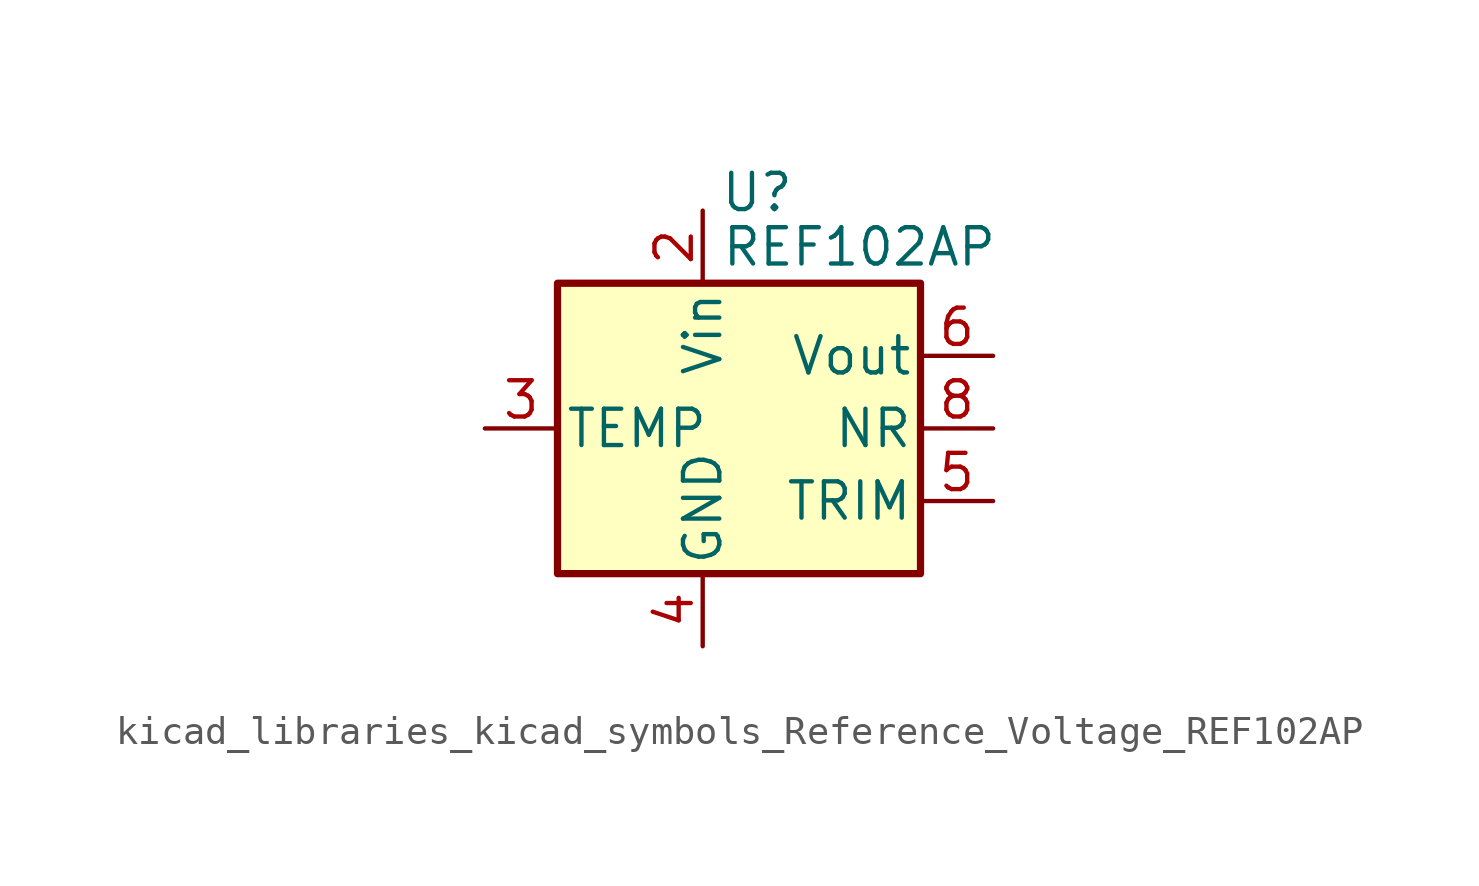
<source format=kicad_sym>
(kicad_symbol_lib
  (version 20220914)
  (generator kicad_symbol_editor)
  (symbol "kicad_libraries_kicad_symbols_Reference_Voltage_REF102AP"
    (pin_names
      (offset 0.254))
    (property "Reference" "U"
      (at -0.635 8.255 0)
      (effects (font (size 1.27 1.27))))
    (property "Value" "REF102AP"
      (at -1.905 6.35 0)
      (effects (font (size 1.27 1.27)) (justify left)))
    (symbol "kicad_libraries_kicad_symbols_Reference_Voltage_REF102AP_0_1"
      (rectangle (start -7.62 5.08) (end 5.08 -5.08) (stroke (width 0.254) (type default)) (fill (type background))))
    (symbol "kicad_libraries_kicad_symbols_Reference_Voltage_REF102AP_1_1"
      (pin no_connect line (at -5.08 -5.08 90) (length 2.54) hide (name "NC" (effects (font (size 1.27 1.27)))) (number "1" (effects (font (size 1.27 1.27)))))
      (pin power_in line (at -2.54 7.62 270) (length 2.54) (name "Vin" (effects (font (size 1.27 1.27)))) (number "2" (effects (font (size 1.27 1.27)))))
      (pin passive line (at -10.16 0 0) (length 2.54) (name "TEMP" (effects (font (size 1.27 1.27)))) (number "3" (effects (font (size 1.27 1.27)))))
      (pin power_in line (at -2.54 -7.62 90) (length 2.54) (name "GND" (effects (font (size 1.27 1.27)))) (number "4" (effects (font (size 1.27 1.27)))))
      (pin passive line (at 7.62 -2.54 180) (length 2.54) (name "TRIM" (effects (font (size 1.27 1.27)))) (number "5" (effects (font (size 1.27 1.27)))))
      (pin power_out line (at 7.62 2.54 180) (length 2.54) (name "Vout" (effects (font (size 1.27 1.27)))) (number "6" (effects (font (size 1.27 1.27)))))
      (pin no_connect line (at 0 -5.08 90) (length 2.54) hide (name "NC" (effects (font (size 1.27 1.27)))) (number "7" (effects (font (size 1.27 1.27)))))
      (pin passive line (at 7.62 0 180) (length 2.54) (name "NR" (effects (font (size 1.27 1.27)))) (number "8" (effects (font (size 1.27 1.27))))))))
</source>
